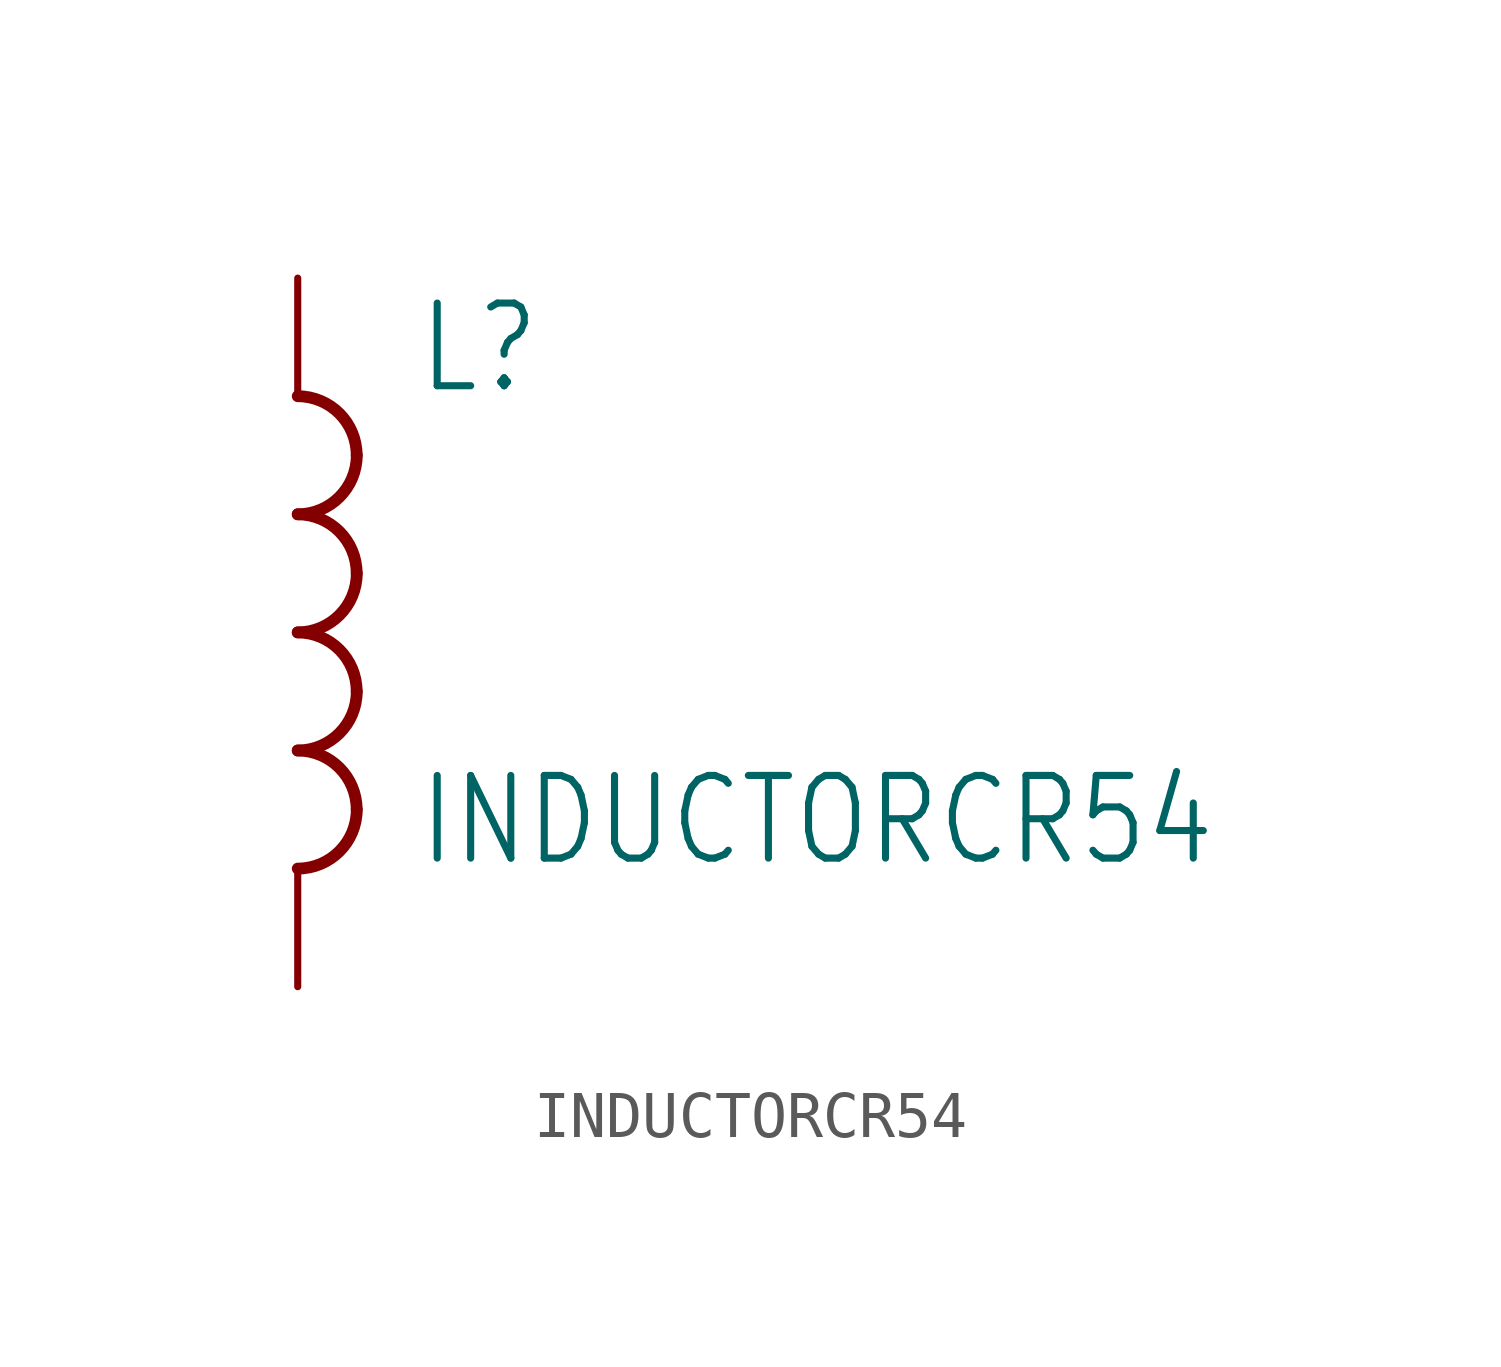
<source format=kicad_sym>
(kicad_symbol_lib
  (version 20211014)
  (generator kicad_symbol_editor)
  (symbol "INDUCTORCR54"
    (property "Reference" "L"
      (at 2.54 5.08 0)
      (effects (font (size 1.778 1.511)) (justify left bottom)))
    (property "Value" "INDUCTORCR54"
      (at 2.54 -5.08 0)
      (effects (font (size 1.778 1.511)) (justify left bottom)))
    (property "ki_locked" ""
      (at 0 0 0)
      (effects (font (size 1.27 1.27))))
    (symbol "INDUCTORCR54_1_0"
      (arc (start 0 -5.08) (mid 0.898 -4.708) (end 1.27 -3.81) (stroke (width 0.254) (type default) (color 0 0 0 0)) (fill (type none)))
      (arc (start 0 -2.54) (mid 0.898 -2.168) (end 1.27 -1.27) (stroke (width 0.254) (type default) (color 0 0 0 0)) (fill (type none)))
      (arc (start 0 0) (mid 0.898 0.372) (end 1.27 1.27) (stroke (width 0.254) (type default) (color 0 0 0 0)) (fill (type none)))
      (arc (start 0 2.54) (mid 0.898 2.912) (end 1.27 3.81) (stroke (width 0.254) (type default) (color 0 0 0 0)) (fill (type none)))
      (arc (start 1.27 -3.81) (mid 0.898 -2.912) (end 0 -2.54) (stroke (width 0.254) (type default) (color 0 0 0 0)) (fill (type none)))
      (arc (start 1.27 -1.27) (mid 0.898 -0.372) (end 0 0) (stroke (width 0.254) (type default) (color 0 0 0 0)) (fill (type none)))
      (arc (start 1.27 1.27) (mid 0.898 2.168) (end 0 2.54) (stroke (width 0.254) (type default) (color 0 0 0 0)) (fill (type none)))
      (arc (start 1.27 3.81) (mid 0.898 4.708) (end 0 5.08) (stroke (width 0.254) (type default) (color 0 0 0 0)) (fill (type none)))
      (pin passive line (at 0 7.62 270) (length 2.54) (name "1" (effects (font (size 0 0)))) (number "P$1" (effects (font (size 0 0)))))
      (pin passive line (at 0 -7.62 90) (length 2.54) (name "2" (effects (font (size 0 0)))) (number "P$2" (effects (font (size 0 0))))))))
</source>
